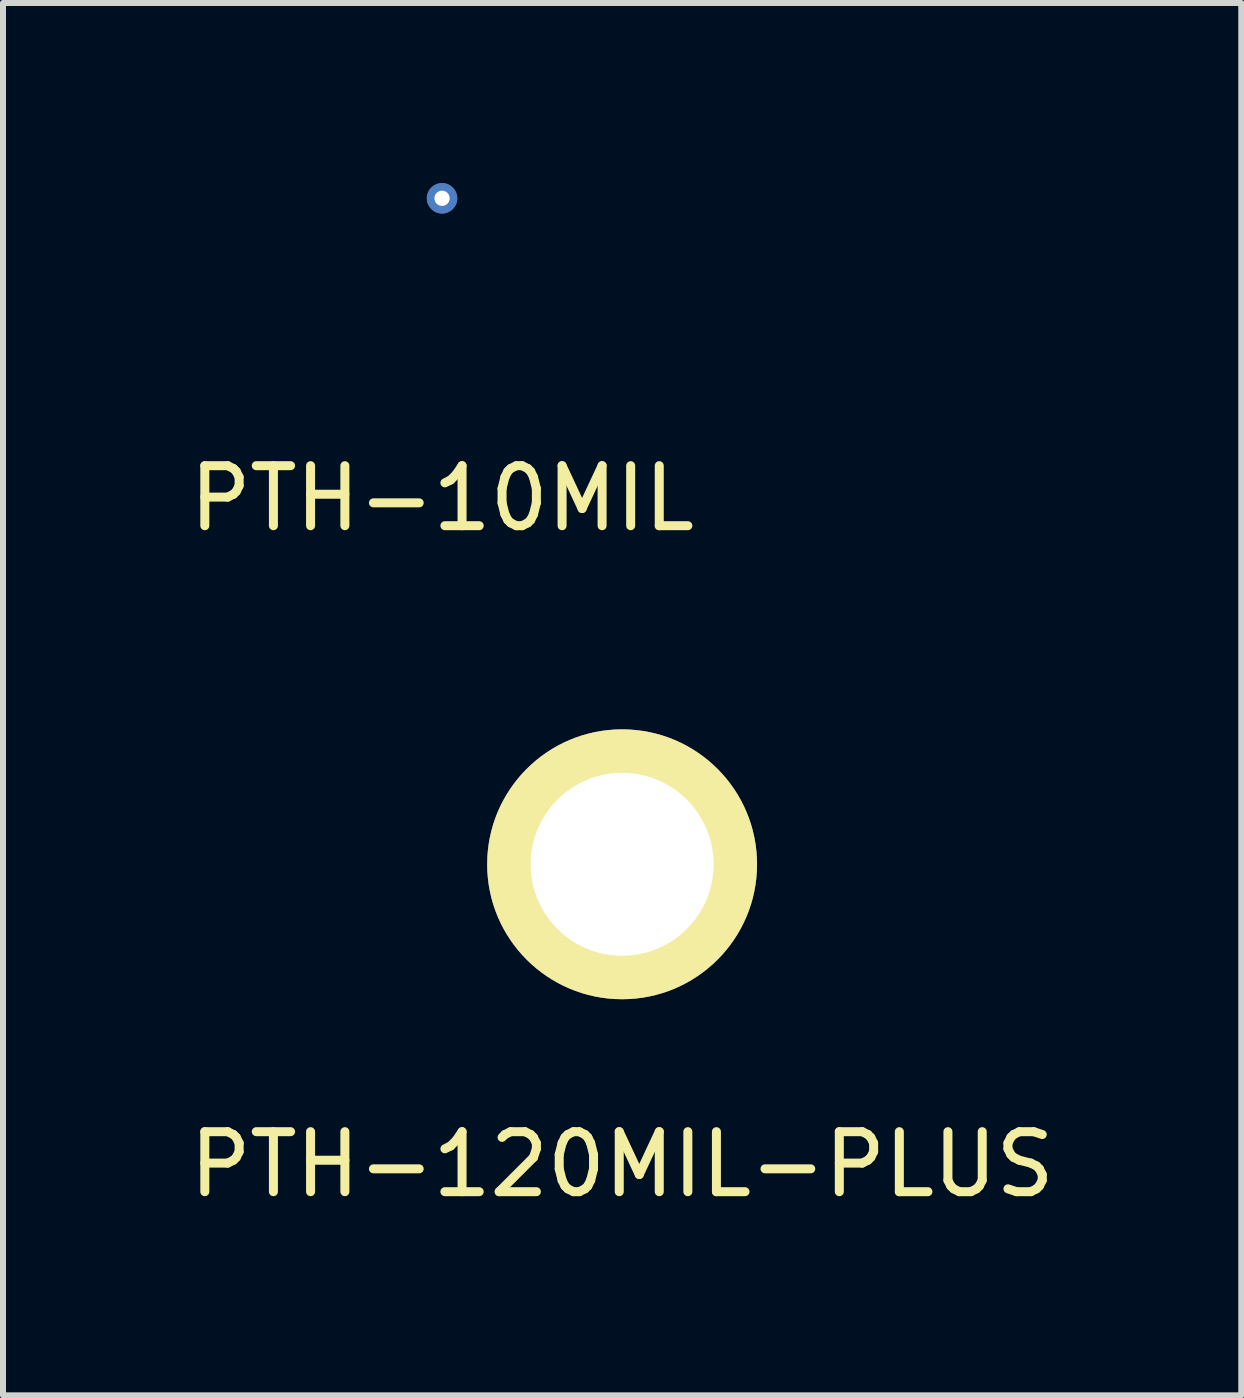
<source format=kicad_pcb>
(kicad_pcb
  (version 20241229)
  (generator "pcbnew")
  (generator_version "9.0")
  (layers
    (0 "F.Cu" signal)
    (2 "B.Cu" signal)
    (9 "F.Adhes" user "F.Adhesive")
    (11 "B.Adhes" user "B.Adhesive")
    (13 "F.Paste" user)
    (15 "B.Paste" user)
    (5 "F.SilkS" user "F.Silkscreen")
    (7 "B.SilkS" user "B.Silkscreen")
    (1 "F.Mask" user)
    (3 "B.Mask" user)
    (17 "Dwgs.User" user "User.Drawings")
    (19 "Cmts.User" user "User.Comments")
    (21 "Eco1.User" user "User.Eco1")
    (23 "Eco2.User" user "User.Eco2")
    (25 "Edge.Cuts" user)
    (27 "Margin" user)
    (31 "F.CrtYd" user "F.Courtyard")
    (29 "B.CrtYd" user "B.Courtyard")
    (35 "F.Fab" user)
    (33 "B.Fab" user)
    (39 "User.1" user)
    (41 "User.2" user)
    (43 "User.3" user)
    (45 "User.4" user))
  (footprint "PTH-10MIL"
    (layer "F.Cu")
    (at 4.315 0.254)
    (property "Reference" "PTH-10MIL" (at 0 5 0) (layer "F.SilkS") (effects (font (size 1 1) (thickness 0.15))))
    (attr through_hole)
    (pad "1" thru_hole circle (at 0 0) (size 0.508 0.508) (drill 0.254) (layers "*.Cu")))
  (footprint "PTH-120MIL-PLUS"
    (layer "F.Cu")
    (at 7.315 11.35)
    (property "Reference" "PTH-120MIL-PLUS" (at 0 5 0) (layer "F.SilkS") (effects (font (size 1 1) (thickness 0.15))))
    (attr through_hole)
    (pad "1" thru_hole circle (at 0 0) (size 4.496 4.496) (drill 3.048) (layers "*.Cu" "*.Mask" "F.SilkS")))
  (gr_rect
    (start -3 -3)
    (end 17.631 20.198)
    (stroke (width 0.1) (type default))
    (fill no)
    (layer "Edge.Cuts")))
</source>
